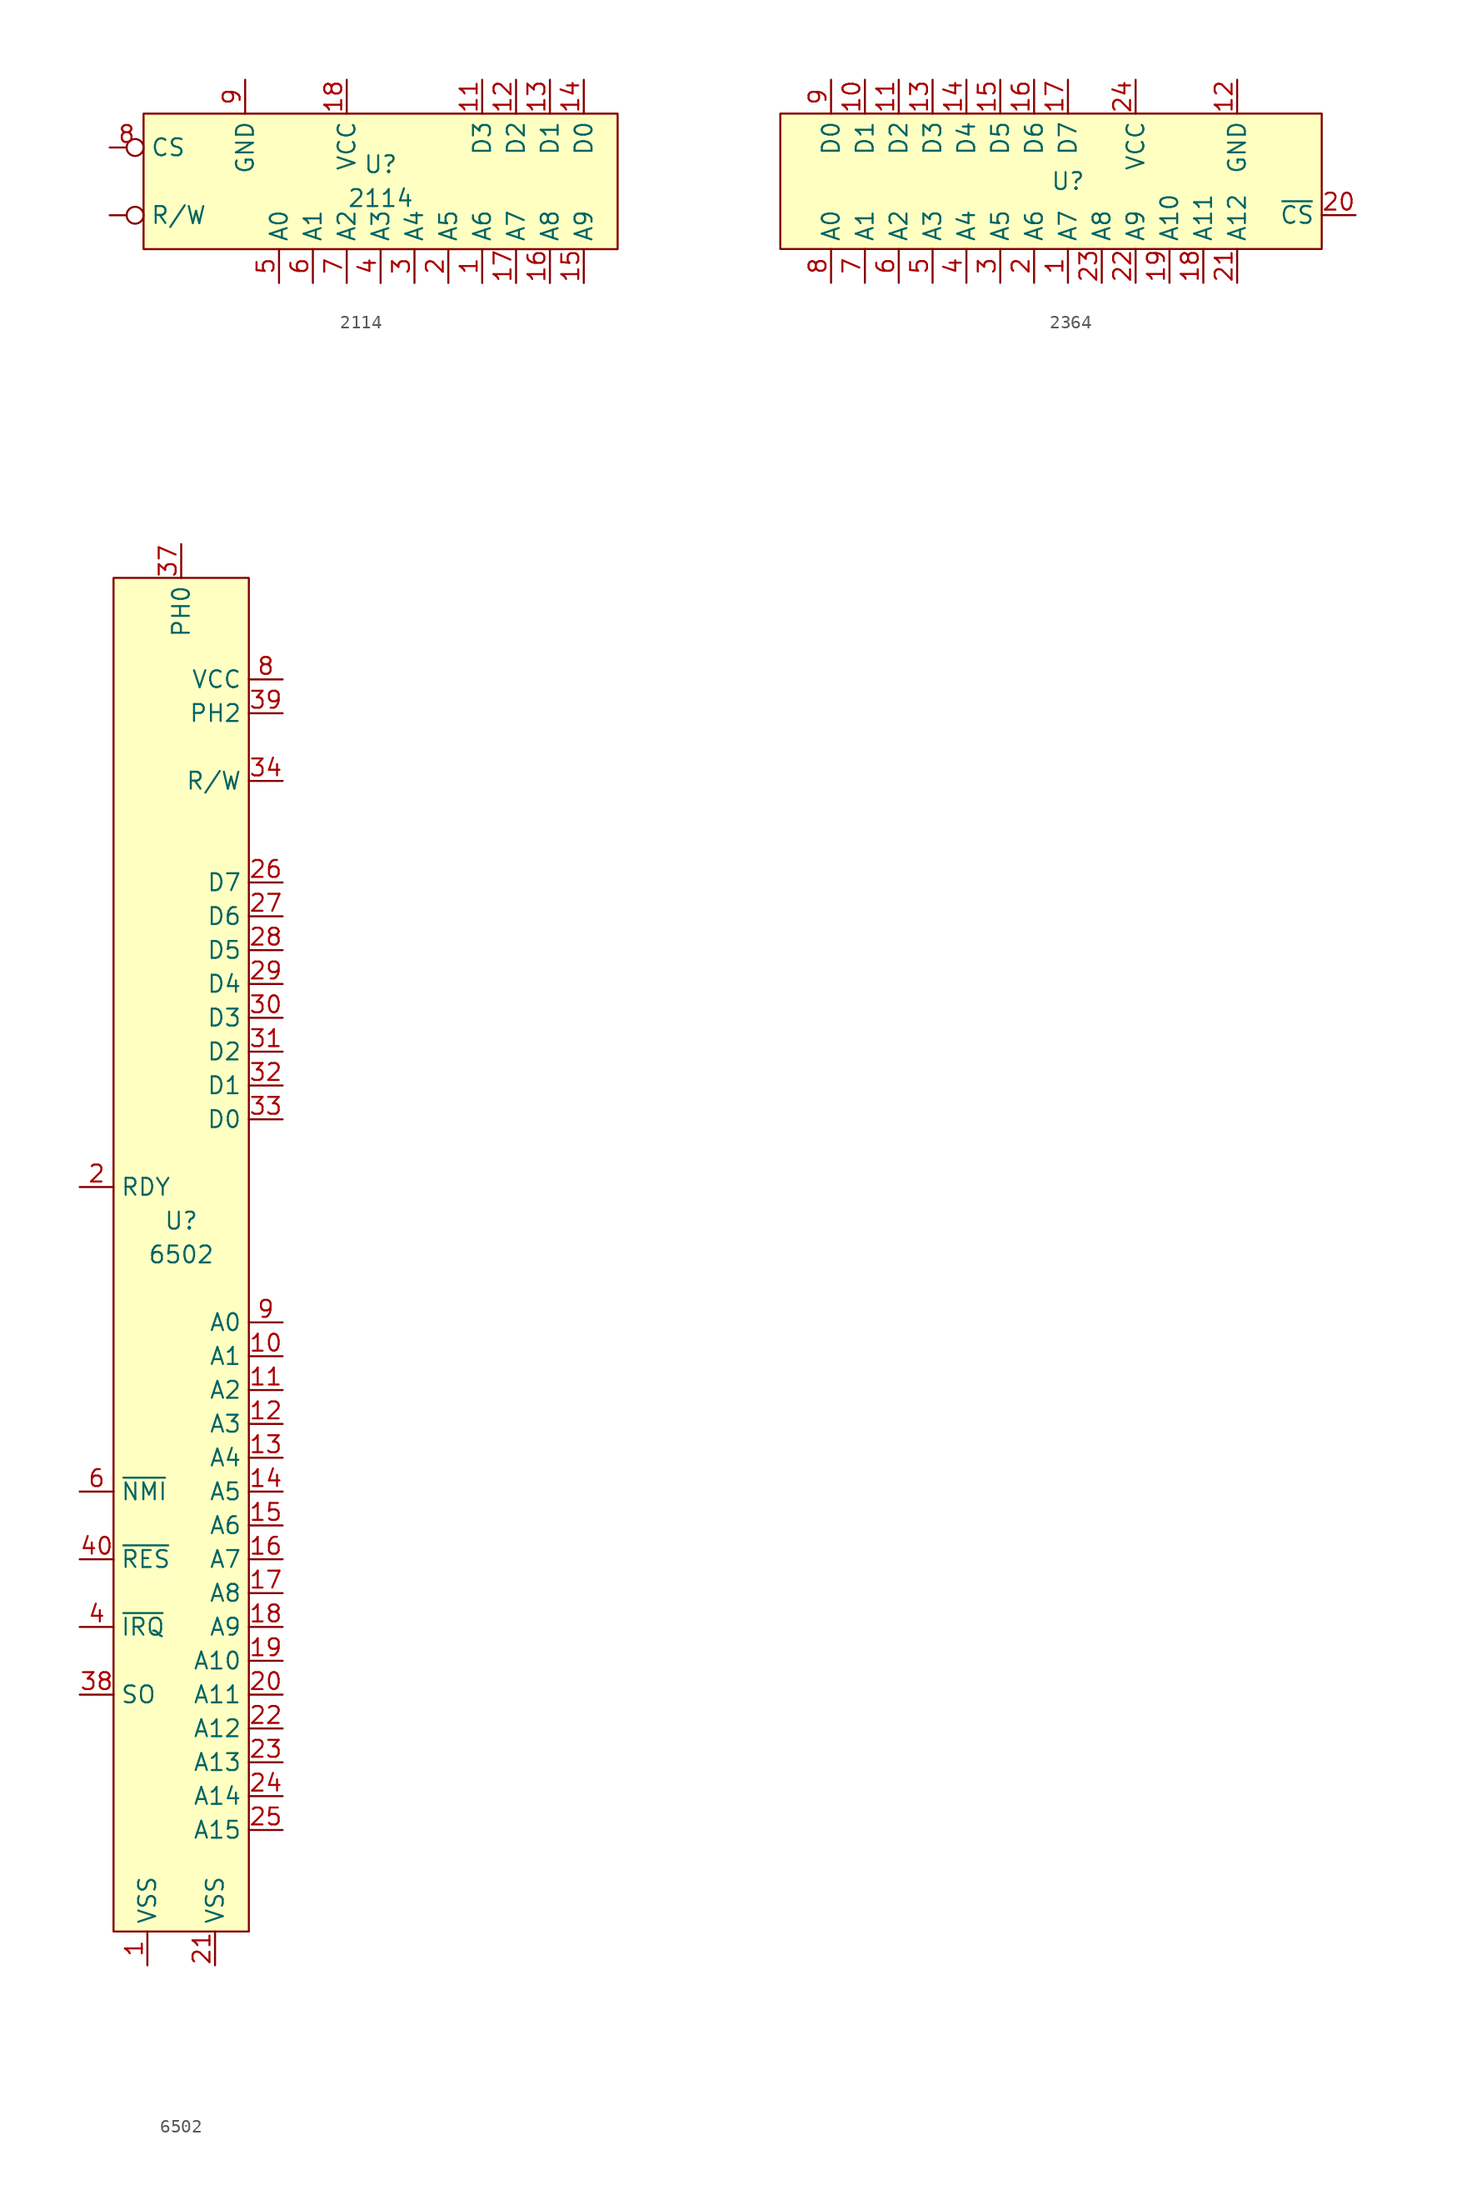
<source format=kicad_sym>
(kicad_symbol_lib
  (version 20220914)
  (generator kicad_symbol_editor)
  (symbol "2114"
    (property "Reference" "U"
      (at 0 1.27 0)
      (effects (font (size 1.27 1.27))))
    (property "Value" "2114"
      (at 0 -1.27 0)
      (effects (font (size 1.27 1.27))))
    (symbol "2114_0_1"
      (rectangle (start -17.78 5.08) (end 17.78 -5.08) (stroke (width 0) (type default)) (fill (type background))))
    (symbol "2114_1_1"
      (pin input inverted (at -20.32 -2.54 0) (length 2.54) (name "R/W" (effects (font (size 1.27 1.27)))) (number "" (effects (font (size 1.27 1.27)))))
      (pin input line (at 7.62 -7.62 90) (length 2.54) (name "A6" (effects (font (size 1.27 1.27)))) (number "1" (effects (font (size 1.27 1.27)))))
      (pin tri_state line (at 7.62 7.62 270) (length 2.54) (name "D3" (effects (font (size 1.27 1.27)))) (number "11" (effects (font (size 1.27 1.27)))))
      (pin tri_state line (at 10.16 7.62 270) (length 2.54) (name "D2" (effects (font (size 1.27 1.27)))) (number "12" (effects (font (size 1.27 1.27)))))
      (pin tri_state line (at 12.7 7.62 270) (length 2.54) (name "D1" (effects (font (size 1.27 1.27)))) (number "13" (effects (font (size 1.27 1.27)))))
      (pin tri_state line (at 15.24 7.62 270) (length 2.54) (name "D0" (effects (font (size 1.27 1.27)))) (number "14" (effects (font (size 1.27 1.27)))))
      (pin input line (at 15.24 -7.62 90) (length 2.54) (name "A9" (effects (font (size 1.27 1.27)))) (number "15" (effects (font (size 1.27 1.27)))))
      (pin input line (at 12.7 -7.62 90) (length 2.54) (name "A8" (effects (font (size 1.27 1.27)))) (number "16" (effects (font (size 1.27 1.27)))))
      (pin input line (at 10.16 -7.62 90) (length 2.54) (name "A7" (effects (font (size 1.27 1.27)))) (number "17" (effects (font (size 1.27 1.27)))))
      (pin power_in line (at -2.54 7.62 270) (length 2.54) (name "VCC" (effects (font (size 1.27 1.27)))) (number "18" (effects (font (size 1.27 1.27)))))
      (pin input line (at 5.08 -7.62 90) (length 2.54) (name "A5" (effects (font (size 1.27 1.27)))) (number "2" (effects (font (size 1.27 1.27)))))
      (pin input line (at 2.54 -7.62 90) (length 2.54) (name "A4" (effects (font (size 1.27 1.27)))) (number "3" (effects (font (size 1.27 1.27)))))
      (pin input line (at 0 -7.62 90) (length 2.54) (name "A3" (effects (font (size 1.27 1.27)))) (number "4" (effects (font (size 1.27 1.27)))))
      (pin input line (at -7.62 -7.62 90) (length 2.54) (name "A0" (effects (font (size 1.27 1.27)))) (number "5" (effects (font (size 1.27 1.27)))))
      (pin input line (at -5.08 -7.62 90) (length 2.54) (name "A1" (effects (font (size 1.27 1.27)))) (number "6" (effects (font (size 1.27 1.27)))))
      (pin input line (at -2.54 -7.62 90) (length 2.54) (name "A2" (effects (font (size 1.27 1.27)))) (number "7" (effects (font (size 1.27 1.27)))))
      (pin input inverted (at -20.32 2.54 0) (length 2.54) (name "CS" (effects (font (size 1.27 1.27)))) (number "8" (effects (font (size 1.27 1.27)))))
      (pin power_in line (at -10.16 7.62 270) (length 2.54) (name "GND" (effects (font (size 1.27 1.27)))) (number "9" (effects (font (size 1.27 1.27)))))))
  (symbol "2364"
    (property "Reference" "U"
      (at 0 0 0)
      (effects (font (size 1.27 1.27))))
    (property "Value" ""
      (at -8.89 -5.08 0)
      (effects (font (size 1.27 1.27))))
    (symbol "2364_0_1"
      (rectangle (start -21.59 5.08) (end 19.05 -5.08) (stroke (width 0) (type default)) (fill (type background))))
    (symbol "2364_1_1"
      (pin input line (at 0 -7.62 90) (length 2.54) (name "A7" (effects (font (size 1.27 1.27)))) (number "1" (effects (font (size 1.27 1.27)))))
      (pin input line (at -15.24 7.62 270) (length 2.54) (name "D1" (effects (font (size 1.27 1.27)))) (number "10" (effects (font (size 1.27 1.27)))))
      (pin input line (at -12.7 7.62 270) (length 2.54) (name "D2" (effects (font (size 1.27 1.27)))) (number "11" (effects (font (size 1.27 1.27)))))
      (pin power_in line (at 12.7 7.62 270) (length 2.54) (name "GND" (effects (font (size 1.27 1.27)))) (number "12" (effects (font (size 1.27 1.27)))))
      (pin input line (at -10.16 7.62 270) (length 2.54) (name "D3" (effects (font (size 1.27 1.27)))) (number "13" (effects (font (size 1.27 1.27)))))
      (pin input line (at -7.62 7.62 270) (length 2.54) (name "D4" (effects (font (size 1.27 1.27)))) (number "14" (effects (font (size 1.27 1.27)))))
      (pin input line (at -5.08 7.62 270) (length 2.54) (name "D5" (effects (font (size 1.27 1.27)))) (number "15" (effects (font (size 1.27 1.27)))))
      (pin input line (at -2.54 7.62 270) (length 2.54) (name "D6" (effects (font (size 1.27 1.27)))) (number "16" (effects (font (size 1.27 1.27)))))
      (pin input line (at 0 7.62 270) (length 2.54) (name "D7" (effects (font (size 1.27 1.27)))) (number "17" (effects (font (size 1.27 1.27)))))
      (pin input line (at 10.16 -7.62 90) (length 2.54) (name "A11" (effects (font (size 1.27 1.27)))) (number "18" (effects (font (size 1.27 1.27)))))
      (pin input line (at 7.62 -7.62 90) (length 2.54) (name "A10" (effects (font (size 1.27 1.27)))) (number "19" (effects (font (size 1.27 1.27)))))
      (pin input line (at -2.54 -7.62 90) (length 2.54) (name "A6" (effects (font (size 1.27 1.27)))) (number "2" (effects (font (size 1.27 1.27)))))
      (pin input line (at 21.59 -2.54 180) (length 2.54) (name "~{CS}" (effects (font (size 1.27 1.27)))) (number "20" (effects (font (size 1.27 1.27)))))
      (pin input line (at 12.7 -7.62 90) (length 2.54) (name "A12" (effects (font (size 1.27 1.27)))) (number "21" (effects (font (size 1.27 1.27)))))
      (pin input line (at 5.08 -7.62 90) (length 2.54) (name "A9" (effects (font (size 1.27 1.27)))) (number "22" (effects (font (size 1.27 1.27)))))
      (pin input line (at 2.54 -7.62 90) (length 2.54) (name "A8" (effects (font (size 1.27 1.27)))) (number "23" (effects (font (size 1.27 1.27)))))
      (pin power_in line (at 5.08 7.62 270) (length 2.54) (name "VCC" (effects (font (size 1.27 1.27)))) (number "24" (effects (font (size 1.27 1.27)))))
      (pin input line (at -5.08 -7.62 90) (length 2.54) (name "A5" (effects (font (size 1.27 1.27)))) (number "3" (effects (font (size 1.27 1.27)))))
      (pin input line (at -7.62 -7.62 90) (length 2.54) (name "A4" (effects (font (size 1.27 1.27)))) (number "4" (effects (font (size 1.27 1.27)))))
      (pin input line (at -10.16 -7.62 90) (length 2.54) (name "A3" (effects (font (size 1.27 1.27)))) (number "5" (effects (font (size 1.27 1.27)))))
      (pin input line (at -12.7 -7.62 90) (length 2.54) (name "A2" (effects (font (size 1.27 1.27)))) (number "6" (effects (font (size 1.27 1.27)))))
      (pin input line (at -15.24 -7.62 90) (length 2.54) (name "A1" (effects (font (size 1.27 1.27)))) (number "7" (effects (font (size 1.27 1.27)))))
      (pin input line (at -17.78 -7.62 90) (length 2.54) (name "A0" (effects (font (size 1.27 1.27)))) (number "8" (effects (font (size 1.27 1.27)))))
      (pin input line (at -17.78 7.62 270) (length 2.54) (name "D0" (effects (font (size 1.27 1.27)))) (number "9" (effects (font (size 1.27 1.27)))))))
  (symbol "6502"
    (property "Reference" "U"
      (at 0 2.54 0)
      (effects (font (size 1.27 1.27))))
    (property "Value" "6502"
      (at 0 0 0)
      (effects (font (size 1.27 1.27))))
    (symbol "6502_0_1"
      (rectangle (start -5.08 50.8) (end 5.08 -50.8) (stroke (width 0) (type default)) (fill (type background))))
    (symbol "6502_1_1"
      (pin power_in line (at -2.54 -53.34 90) (length 2.54) (name "VSS" (effects (font (size 1.27 1.27)))) (number "1" (effects (font (size 1.27 1.27)))))
      (pin output line (at 7.62 -7.62 180) (length 2.54) (name "A1" (effects (font (size 1.27 1.27)))) (number "10" (effects (font (size 1.27 1.27)))))
      (pin output line (at 7.62 -10.16 180) (length 2.54) (name "A2" (effects (font (size 1.27 1.27)))) (number "11" (effects (font (size 1.27 1.27)))))
      (pin output line (at 7.62 -12.7 180) (length 2.54) (name "A3" (effects (font (size 1.27 1.27)))) (number "12" (effects (font (size 1.27 1.27)))))
      (pin output line (at 7.62 -15.24 180) (length 2.54) (name "A4" (effects (font (size 1.27 1.27)))) (number "13" (effects (font (size 1.27 1.27)))))
      (pin output line (at 7.62 -17.78 180) (length 2.54) (name "A5" (effects (font (size 1.27 1.27)))) (number "14" (effects (font (size 1.27 1.27)))))
      (pin output line (at 7.62 -20.32 180) (length 2.54) (name "A6" (effects (font (size 1.27 1.27)))) (number "15" (effects (font (size 1.27 1.27)))))
      (pin output line (at 7.62 -22.86 180) (length 2.54) (name "A7" (effects (font (size 1.27 1.27)))) (number "16" (effects (font (size 1.27 1.27)))))
      (pin output line (at 7.62 -25.4 180) (length 2.54) (name "A8" (effects (font (size 1.27 1.27)))) (number "17" (effects (font (size 1.27 1.27)))))
      (pin output line (at 7.62 -27.94 180) (length 2.54) (name "A9" (effects (font (size 1.27 1.27)))) (number "18" (effects (font (size 1.27 1.27)))))
      (pin output line (at 7.62 -30.48 180) (length 2.54) (name "A10" (effects (font (size 1.27 1.27)))) (number "19" (effects (font (size 1.27 1.27)))))
      (pin input line (at -7.62 5.08 0) (length 2.54) (name "RDY" (effects (font (size 1.27 1.27)))) (number "2" (effects (font (size 1.27 1.27)))))
      (pin output line (at 7.62 -33.02 180) (length 2.54) (name "A11" (effects (font (size 1.27 1.27)))) (number "20" (effects (font (size 1.27 1.27)))))
      (pin power_in line (at 2.54 -53.34 90) (length 2.54) (name "VSS" (effects (font (size 1.27 1.27)))) (number "21" (effects (font (size 1.27 1.27)))))
      (pin output line (at 7.62 -35.56 180) (length 2.54) (name "A12" (effects (font (size 1.27 1.27)))) (number "22" (effects (font (size 1.27 1.27)))))
      (pin output line (at 7.62 -38.1 180) (length 2.54) (name "A13" (effects (font (size 1.27 1.27)))) (number "23" (effects (font (size 1.27 1.27)))))
      (pin output line (at 7.62 -40.64 180) (length 2.54) (name "A14" (effects (font (size 1.27 1.27)))) (number "24" (effects (font (size 1.27 1.27)))))
      (pin output line (at 7.62 -43.18 180) (length 2.54) (name "A15" (effects (font (size 1.27 1.27)))) (number "25" (effects (font (size 1.27 1.27)))))
      (pin tri_state line (at 7.62 27.94 180) (length 2.54) (name "D7" (effects (font (size 1.27 1.27)))) (number "26" (effects (font (size 1.27 1.27)))))
      (pin tri_state line (at 7.62 25.4 180) (length 2.54) (name "D6" (effects (font (size 1.27 1.27)))) (number "27" (effects (font (size 1.27 1.27)))))
      (pin tri_state line (at 7.62 22.86 180) (length 2.54) (name "D5" (effects (font (size 1.27 1.27)))) (number "28" (effects (font (size 1.27 1.27)))))
      (pin tri_state line (at 7.62 20.32 180) (length 2.54) (name "D4" (effects (font (size 1.27 1.27)))) (number "29" (effects (font (size 1.27 1.27)))))
      (pin tri_state line (at 7.62 17.78 180) (length 2.54) (name "D3" (effects (font (size 1.27 1.27)))) (number "30" (effects (font (size 1.27 1.27)))))
      (pin tri_state line (at 7.62 15.24 180) (length 2.54) (name "D2" (effects (font (size 1.27 1.27)))) (number "31" (effects (font (size 1.27 1.27)))))
      (pin tri_state line (at 7.62 12.7 180) (length 2.54) (name "D1" (effects (font (size 1.27 1.27)))) (number "32" (effects (font (size 1.27 1.27)))))
      (pin tri_state line (at 7.62 10.16 180) (length 2.54) (name "D0" (effects (font (size 1.27 1.27)))) (number "33" (effects (font (size 1.27 1.27)))))
      (pin output line (at 7.62 35.56 180) (length 2.54) (name "R/W" (effects (font (size 1.27 1.27)))) (number "34" (effects (font (size 1.27 1.27)))))
      (pin input line (at 0 53.34 270) (length 2.54) (name "PH0" (effects (font (size 1.27 1.27)))) (number "37" (effects (font (size 1.27 1.27)))))
      (pin input line (at -7.62 -33.02 0) (length 2.54) (name "SO" (effects (font (size 1.27 1.27)))) (number "38" (effects (font (size 1.27 1.27)))))
      (pin output line (at 7.62 40.64 180) (length 2.54) (name "PH2" (effects (font (size 1.27 1.27)))) (number "39" (effects (font (size 1.27 1.27)))))
      (pin input line (at -7.62 -27.94 0) (length 2.54) (name "~{IRQ}" (effects (font (size 1.27 1.27)))) (number "4" (effects (font (size 1.27 1.27)))))
      (pin input line (at -7.62 -22.86 0) (length 2.54) (name "~{RES}" (effects (font (size 1.27 1.27)))) (number "40" (effects (font (size 1.27 1.27)))))
      (pin input line (at -7.62 -17.78 0) (length 2.54) (name "~{NMI}" (effects (font (size 1.27 1.27)))) (number "6" (effects (font (size 1.27 1.27)))))
      (pin power_in line (at 7.62 43.18 180) (length 2.54) (name "VCC" (effects (font (size 1.27 1.27)))) (number "8" (effects (font (size 1.27 1.27)))))
      (pin output line (at 7.62 -5.08 180) (length 2.54) (name "A0" (effects (font (size 1.27 1.27)))) (number "9" (effects (font (size 1.27 1.27))))))))
</source>
